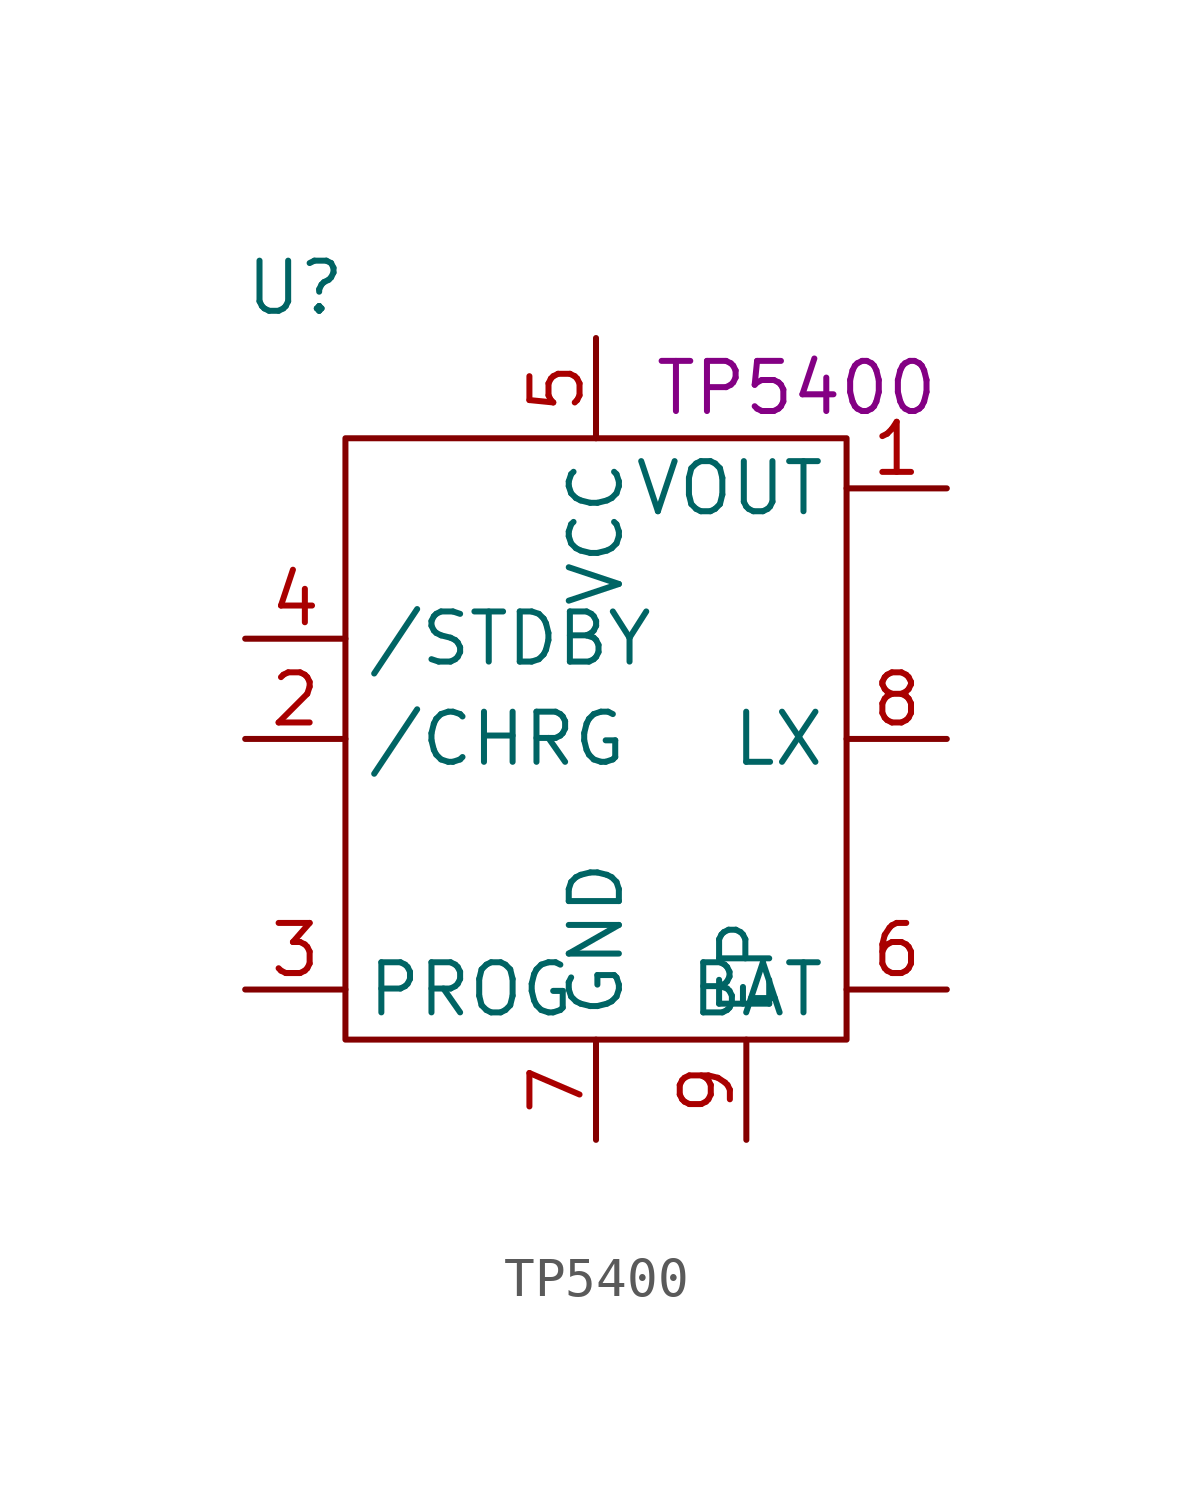
<source format=kicad_sym>
(kicad_symbol_lib
  (version 20241209)
  (generator "kicad_symbol_editor")
  (generator_version "9.0")
  (symbol "TP5400"
    (property "Reference" "U"
      (at -6.35 2.54 0)
      (effects (font (size 1.27 1.27))))
    (property "Value" ""
      (at -4.572 0 0)
      (effects (font (size 1.27 1.27))))
    (property "Description" "TP5400"
      (at 6.35 0 0)
      (effects (font (size 1.27 1.27))))
    (symbol "TP5400_0_1"
      (rectangle (start -5.08 -1.27) (end 7.62 -16.51) (stroke (width 0) (type default)) (fill (type none))))
    (symbol "TP5400_1_1"
      (pin output line (at -7.62 -6.35 0) (length 2.54) (name "/STDBY" (effects (font (size 1.27 1.27)))) (number "4" (effects (font (size 1.27 1.27)))))
      (pin output line (at -7.62 -8.89 0) (length 2.54) (name "/CHRG" (effects (font (size 1.27 1.27)))) (number "2" (effects (font (size 1.27 1.27)))))
      (pin input line (at -7.62 -15.24 0) (length 2.54) (name "PROG" (effects (font (size 1.27 1.27)))) (number "3" (effects (font (size 1.27 1.27)))))
      (pin power_in line (at 1.27 1.27 270) (length 2.54) (name "VCC" (effects (font (size 1.27 1.27)))) (number "5" (effects (font (size 1.27 1.27)))))
      (pin power_in line (at 1.27 -19.05 90) (length 2.54) (name "GND" (effects (font (size 1.27 1.27)))) (number "7" (effects (font (size 1.27 1.27)))))
      (pin power_in line (at 5.08 -19.05 90) (length 2.54) (name "EP" (effects (font (size 1.27 1.27)))) (number "9" (effects (font (size 1.27 1.27)))))
      (pin output line (at 10.16 -2.54 180) (length 2.54) (name "VOUT" (effects (font (size 1.27 1.27)))) (number "1" (effects (font (size 1.27 1.27)))))
      (pin input line (at 10.16 -8.89 180) (length 2.54) (name "LX" (effects (font (size 1.27 1.27)))) (number "8" (effects (font (size 1.27 1.27)))))
      (pin input line (at 10.16 -15.24 180) (length 2.54) (name "BAT" (effects (font (size 1.27 1.27)))) (number "6" (effects (font (size 1.27 1.27))))))))
</source>
